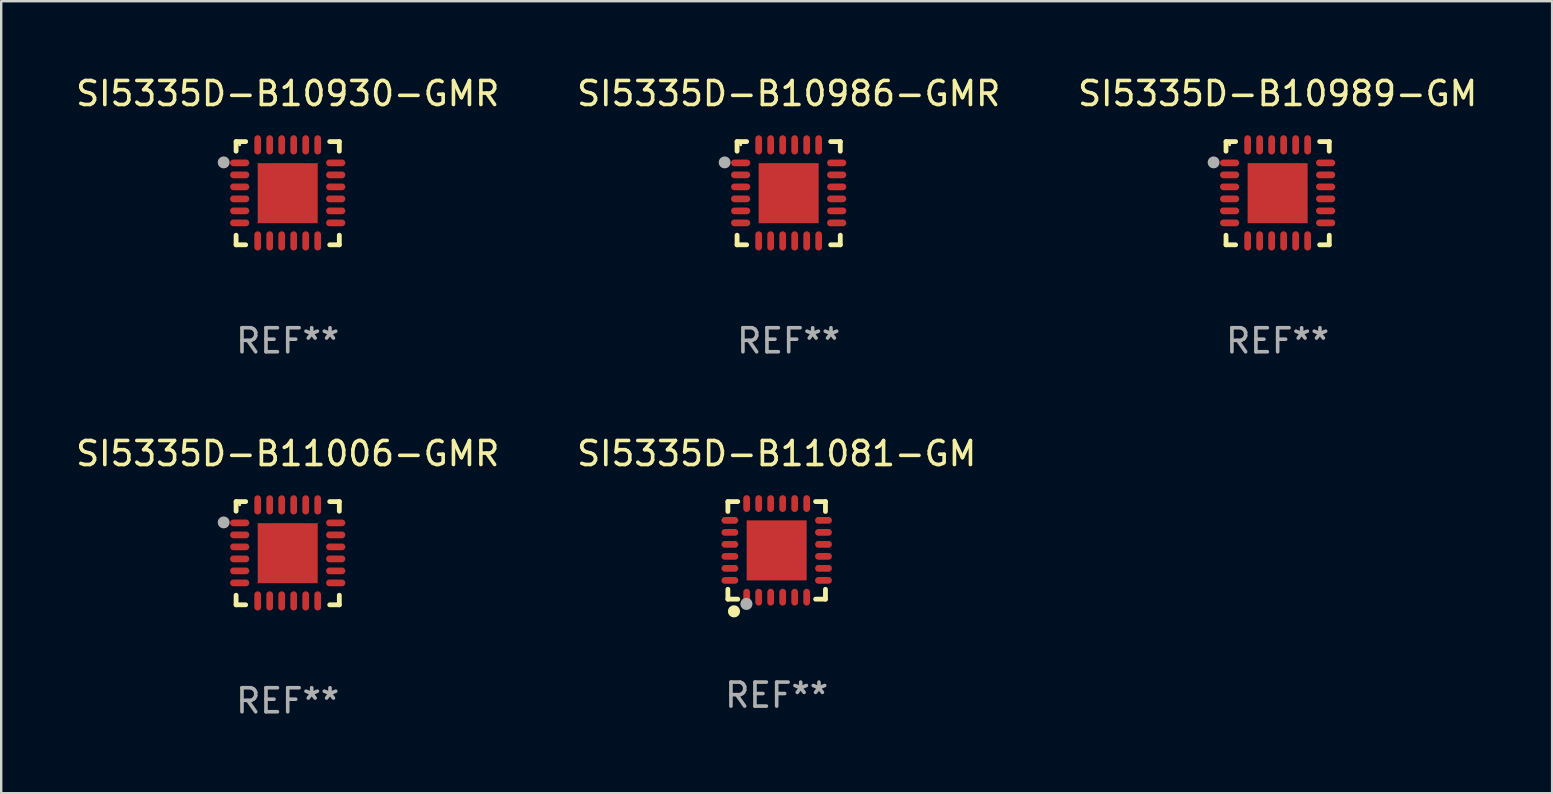
<source format=kicad_pcb>
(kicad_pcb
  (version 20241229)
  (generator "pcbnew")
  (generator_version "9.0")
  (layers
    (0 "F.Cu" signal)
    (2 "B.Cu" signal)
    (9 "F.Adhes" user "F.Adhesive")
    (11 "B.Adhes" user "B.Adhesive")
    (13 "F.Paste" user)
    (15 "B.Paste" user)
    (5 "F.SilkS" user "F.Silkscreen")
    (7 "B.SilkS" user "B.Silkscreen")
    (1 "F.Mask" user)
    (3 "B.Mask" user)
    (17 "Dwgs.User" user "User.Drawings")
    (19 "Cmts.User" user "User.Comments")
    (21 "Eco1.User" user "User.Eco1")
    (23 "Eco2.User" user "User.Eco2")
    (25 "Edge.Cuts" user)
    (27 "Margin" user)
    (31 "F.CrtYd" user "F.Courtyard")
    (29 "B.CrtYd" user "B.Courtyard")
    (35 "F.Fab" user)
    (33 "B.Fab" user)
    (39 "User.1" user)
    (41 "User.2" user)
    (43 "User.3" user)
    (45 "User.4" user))
  (footprint "SI5335D-B11006-GMR"
    (layer "F.Cu")
    (at 8.935 19.995)
    (property "Reference" "SI5335D-B11006-GMR" (at 0 -4.15 0) (layer "F.SilkS") (effects (font (size 1 1) (thickness 0.15))))
    (attr through_hole)
    (fp_line (start -2.15 -2.15) (end -1.75 -2.15) (stroke (width 0.2) (type solid)) (layer "F.SilkS"))
    (fp_line (start -2.15 -1.75) (end -2.15 -2.15) (stroke (width 0.2) (type solid)) (layer "F.SilkS"))
    (fp_line (start -2.15 2.15) (end -2.15 1.75) (stroke (width 0.2) (type solid)) (layer "F.SilkS"))
    (fp_line (start -1.75 2.15) (end -2.15 2.15) (stroke (width 0.2) (type solid)) (layer "F.SilkS"))
    (fp_line (start 1.75 -2.15) (end 2.15 -2.15) (stroke (width 0.2) (type solid)) (layer "F.SilkS"))
    (fp_line (start 1.75 2.15) (end 2.15 2.15) (stroke (width 0.2) (type solid)) (layer "F.SilkS"))
    (fp_line (start 2.15 -2.15) (end 2.15 -1.75) (stroke (width 0.2) (type solid)) (layer "F.SilkS"))
    (fp_line (start 2.15 2.15) (end 2.15 1.75) (stroke (width 0.2) (type solid)) (layer "F.SilkS"))
    (fp_circle (center -2 -2.013) (end -1.97 -2.013) (stroke (width 0.06) (type solid)) (fill no) (layer "F.SilkS"))
    (fp_circle (center -2.667 -1.283) (end -2.542 -1.283) (stroke (width 0.25) (type solid)) (fill no) (layer "F.Fab"))
    (fp_text user "REF**" (at 0 6.15 0) (layer "F.Fab") (effects (font (size 1 1) (thickness 0.15))))
    (pad "1" smd oval (at -2 -1.263) (size 0.8 0.28) (layers "F.Cu" "F.Mask" "F.Paste"))
    (pad "2" smd oval (at -2 -0.763) (size 0.8 0.28) (layers "F.Cu" "F.Mask" "F.Paste"))
    (pad "3" smd oval (at -2 -0.263) (size 0.8 0.28) (layers "F.Cu" "F.Mask" "F.Paste"))
    (pad "4" smd oval (at -2 0.237) (size 0.8 0.28) (layers "F.Cu" "F.Mask" "F.Paste"))
    (pad "5" smd oval (at -2 0.737) (size 0.8 0.28) (layers "F.Cu" "F.Mask" "F.Paste"))
    (pad "6" smd oval (at -2 1.237) (size 0.8 0.28) (layers "F.Cu" "F.Mask" "F.Paste"))
    (pad "7" smd oval (at -1.25 1.987) (size 0.28 0.8) (layers "F.Cu" "F.Mask" "F.Paste"))
    (pad "8" smd oval (at -0.75 1.987) (size 0.28 0.8) (layers "F.Cu" "F.Mask" "F.Paste"))
    (pad "9" smd oval (at -0.25 1.987) (size 0.28 0.8) (layers "F.Cu" "F.Mask" "F.Paste"))
    (pad "10" smd oval (at 0.25 1.987) (size 0.28 0.8) (layers "F.Cu" "F.Mask" "F.Paste"))
    (pad "11" smd oval (at 0.75 1.987) (size 0.28 0.8) (layers "F.Cu" "F.Mask" "F.Paste"))
    (pad "12" smd oval (at 1.25 1.987) (size 0.28 0.8) (layers "F.Cu" "F.Mask" "F.Paste"))
    (pad "13" smd oval (at 2 1.237) (size 0.8 0.28) (layers "F.Cu" "F.Mask" "F.Paste"))
    (pad "14" smd oval (at 2 0.737) (size 0.8 0.28) (layers "F.Cu" "F.Mask" "F.Paste"))
    (pad "15" smd oval (at 2 0.237) (size 0.8 0.28) (layers "F.Cu" "F.Mask" "F.Paste"))
    (pad "16" smd oval (at 2 -0.263) (size 0.8 0.28) (layers "F.Cu" "F.Mask" "F.Paste"))
    (pad "17" smd oval (at 2 -0.763) (size 0.8 0.28) (layers "F.Cu" "F.Mask" "F.Paste"))
    (pad "18" smd oval (at 2 -1.263) (size 0.8 0.28) (layers "F.Cu" "F.Mask" "F.Paste"))
    (pad "19" smd oval (at 1.25 -2.013) (size 0.28 0.8) (layers "F.Cu" "F.Mask" "F.Paste"))
    (pad "20" smd oval (at 0.75 -2.013) (size 0.28 0.8) (layers "F.Cu" "F.Mask" "F.Paste"))
    (pad "21" smd oval (at 0.25 -2.013) (size 0.28 0.8) (layers "F.Cu" "F.Mask" "F.Paste"))
    (pad "22" smd oval (at -0.25 -2.013) (size 0.28 0.8) (layers "F.Cu" "F.Mask" "F.Paste"))
    (pad "23" smd oval (at -0.75 -2.013) (size 0.28 0.8) (layers "F.Cu" "F.Mask" "F.Paste"))
    (pad "24" smd oval (at -1.25 -2.013) (size 0.28 0.8) (layers "F.Cu" "F.Mask" "F.Paste"))
    (pad "25" smd rect (at -0.000127 -0.00014) (size 2.5 2.5) (layers "F.Cu" "F.Mask" "F.Paste")))
  (footprint "SI5335D-B10930-GMR"
    (layer "F.Cu")
    (at 8.935 4.998)
    (property "Reference" "SI5335D-B10930-GMR" (at 0 -4.15 0) (layer "F.SilkS") (effects (font (size 1 1) (thickness 0.15))))
    (attr through_hole)
    (fp_line (start -2.15 -2.15) (end -1.75 -2.15) (stroke (width 0.2) (type solid)) (layer "F.SilkS"))
    (fp_line (start -2.15 -1.75) (end -2.15 -2.15) (stroke (width 0.2) (type solid)) (layer "F.SilkS"))
    (fp_line (start -2.15 2.15) (end -2.15 1.75) (stroke (width 0.2) (type solid)) (layer "F.SilkS"))
    (fp_line (start -1.75 2.15) (end -2.15 2.15) (stroke (width 0.2) (type solid)) (layer "F.SilkS"))
    (fp_line (start 1.75 -2.15) (end 2.15 -2.15) (stroke (width 0.2) (type solid)) (layer "F.SilkS"))
    (fp_line (start 1.75 2.15) (end 2.15 2.15) (stroke (width 0.2) (type solid)) (layer "F.SilkS"))
    (fp_line (start 2.15 -2.15) (end 2.15 -1.75) (stroke (width 0.2) (type solid)) (layer "F.SilkS"))
    (fp_line (start 2.15 2.15) (end 2.15 1.75) (stroke (width 0.2) (type solid)) (layer "F.SilkS"))
    (fp_circle (center -2 -2.013) (end -1.97 -2.013) (stroke (width 0.06) (type solid)) (fill no) (layer "F.SilkS"))
    (fp_circle (center -2.667 -1.283) (end -2.542 -1.283) (stroke (width 0.25) (type solid)) (fill no) (layer "F.Fab"))
    (fp_text user "REF**" (at 0 6.15 0) (layer "F.Fab") (effects (font (size 1 1) (thickness 0.15))))
    (pad "1" smd oval (at -2 -1.263) (size 0.8 0.28) (layers "F.Cu" "F.Mask" "F.Paste"))
    (pad "2" smd oval (at -2 -0.763) (size 0.8 0.28) (layers "F.Cu" "F.Mask" "F.Paste"))
    (pad "3" smd oval (at -2 -0.263) (size 0.8 0.28) (layers "F.Cu" "F.Mask" "F.Paste"))
    (pad "4" smd oval (at -2 0.237) (size 0.8 0.28) (layers "F.Cu" "F.Mask" "F.Paste"))
    (pad "5" smd oval (at -2 0.737) (size 0.8 0.28) (layers "F.Cu" "F.Mask" "F.Paste"))
    (pad "6" smd oval (at -2 1.237) (size 0.8 0.28) (layers "F.Cu" "F.Mask" "F.Paste"))
    (pad "7" smd oval (at -1.25 1.987) (size 0.28 0.8) (layers "F.Cu" "F.Mask" "F.Paste"))
    (pad "8" smd oval (at -0.75 1.987) (size 0.28 0.8) (layers "F.Cu" "F.Mask" "F.Paste"))
    (pad "9" smd oval (at -0.25 1.987) (size 0.28 0.8) (layers "F.Cu" "F.Mask" "F.Paste"))
    (pad "10" smd oval (at 0.25 1.987) (size 0.28 0.8) (layers "F.Cu" "F.Mask" "F.Paste"))
    (pad "11" smd oval (at 0.75 1.987) (size 0.28 0.8) (layers "F.Cu" "F.Mask" "F.Paste"))
    (pad "12" smd oval (at 1.25 1.987) (size 0.28 0.8) (layers "F.Cu" "F.Mask" "F.Paste"))
    (pad "13" smd oval (at 2 1.237) (size 0.8 0.28) (layers "F.Cu" "F.Mask" "F.Paste"))
    (pad "14" smd oval (at 2 0.737) (size 0.8 0.28) (layers "F.Cu" "F.Mask" "F.Paste"))
    (pad "15" smd oval (at 2 0.237) (size 0.8 0.28) (layers "F.Cu" "F.Mask" "F.Paste"))
    (pad "16" smd oval (at 2 -0.263) (size 0.8 0.28) (layers "F.Cu" "F.Mask" "F.Paste"))
    (pad "17" smd oval (at 2 -0.763) (size 0.8 0.28) (layers "F.Cu" "F.Mask" "F.Paste"))
    (pad "18" smd oval (at 2 -1.263) (size 0.8 0.28) (layers "F.Cu" "F.Mask" "F.Paste"))
    (pad "19" smd oval (at 1.25 -2.013) (size 0.28 0.8) (layers "F.Cu" "F.Mask" "F.Paste"))
    (pad "20" smd oval (at 0.75 -2.013) (size 0.28 0.8) (layers "F.Cu" "F.Mask" "F.Paste"))
    (pad "21" smd oval (at 0.25 -2.013) (size 0.28 0.8) (layers "F.Cu" "F.Mask" "F.Paste"))
    (pad "22" smd oval (at -0.25 -2.013) (size 0.28 0.8) (layers "F.Cu" "F.Mask" "F.Paste"))
    (pad "23" smd oval (at -0.75 -2.013) (size 0.28 0.8) (layers "F.Cu" "F.Mask" "F.Paste"))
    (pad "24" smd oval (at -1.25 -2.013) (size 0.28 0.8) (layers "F.Cu" "F.Mask" "F.Paste"))
    (pad "25" smd rect (at -0.000127 -0.00014) (size 2.5 2.5) (layers "F.Cu" "F.Mask" "F.Paste")))
  (footprint "SI5335D-B11081-GM"
    (layer "F.Cu")
    (at 29.304 19.877)
    (property "Reference" "SI5335D-B11081-GM" (at 0 -4.032 0) (layer "F.SilkS") (effects (font (size 1 1) (thickness 0.15))))
    (attr through_hole)
    (fp_line (start -2.032 -2.032) (end -1.621 -2.032) (stroke (width 0.2) (type solid)) (layer "F.SilkS"))
    (fp_line (start -2.032 -1.621) (end -2.032 -2.032) (stroke (width 0.2) (type solid)) (layer "F.SilkS"))
    (fp_line (start -2.032 2.032) (end -2.032 1.621) (stroke (width 0.2) (type solid)) (layer "F.SilkS"))
    (fp_line (start -1.621 2.032) (end -2.032 2.032) (stroke (width 0.2) (type solid)) (layer "F.SilkS"))
    (fp_line (start 1.621 -2.032) (end 2.032 -2.032) (stroke (width 0.2) (type solid)) (layer "F.SilkS"))
    (fp_line (start 2.032 -2.032) (end 2.032 -1.621) (stroke (width 0.2) (type solid)) (layer "F.SilkS"))
    (fp_line (start 2.032 1.621) (end 2.032 2.032) (stroke (width 0.2) (type solid)) (layer "F.SilkS"))
    (fp_line (start 2.032 2.032) (end 1.621 2.032) (stroke (width 0.2) (type solid)) (layer "F.SilkS"))
    (fp_circle (center -2 2) (end -1.97 2) (stroke (width 0.06) (type solid)) (fill no) (layer "F.SilkS"))
    (fp_circle (center -1.778 2.54) (end -1.651 2.54) (stroke (width 0.254) (type solid)) (fill no) (layer "F.SilkS"))
    (fp_circle (center -1.26 2.23) (end -1.133 2.23) (stroke (width 0.254) (type solid)) (fill no) (layer "F.Fab"))
    (fp_text user "REF**" (at 0 6.032 0) (layer "F.Fab") (effects (font (size 1 1) (thickness 0.15))))
    (pad "1" smd oval (at -1.25 1.95 180) (size 0.28 0.7) (layers "F.Cu" "F.Mask" "F.Paste"))
    (pad "2" smd oval (at -0.75 1.95 180) (size 0.28 0.7) (layers "F.Cu" "F.Mask" "F.Paste"))
    (pad "3" smd oval (at -0.25 1.95 180) (size 0.28 0.7) (layers "F.Cu" "F.Mask" "F.Paste"))
    (pad "4" smd oval (at 0.25 1.95 180) (size 0.28 0.7) (layers "F.Cu" "F.Mask" "F.Paste"))
    (pad "5" smd oval (at 0.75 1.95 180) (size 0.28 0.7) (layers "F.Cu" "F.Mask" "F.Paste"))
    (pad "6" smd oval (at 1.25 1.95 180) (size 0.28 0.7) (layers "F.Cu" "F.Mask" "F.Paste"))
    (pad "7" smd oval (at 1.95 1.25 270) (size 0.28 0.7) (layers "F.Cu" "F.Mask" "F.Paste"))
    (pad "8" smd oval (at 1.95 0.75 270) (size 0.28 0.7) (layers "F.Cu" "F.Mask" "F.Paste"))
    (pad "9" smd oval (at 1.95 0.25 270) (size 0.28 0.7) (layers "F.Cu" "F.Mask" "F.Paste"))
    (pad "10" smd oval (at 1.95 -0.25 270) (size 0.28 0.7) (layers "F.Cu" "F.Mask" "F.Paste"))
    (pad "11" smd oval (at 1.95 -0.75 270) (size 0.28 0.7) (layers "F.Cu" "F.Mask" "F.Paste"))
    (pad "12" smd oval (at 1.95 -1.25 270) (size 0.28 0.7) (layers "F.Cu" "F.Mask" "F.Paste"))
    (pad "13" smd oval (at 1.25 -1.95) (size 0.28 0.7) (layers "F.Cu" "F.Mask" "F.Paste"))
    (pad "14" smd oval (at 0.75 -1.95) (size 0.28 0.7) (layers "F.Cu" "F.Mask" "F.Paste"))
    (pad "15" smd oval (at 0.25 -1.95) (size 0.28 0.7) (layers "F.Cu" "F.Mask" "F.Paste"))
    (pad "16" smd oval (at -0.25 -1.95) (size 0.28 0.7) (layers "F.Cu" "F.Mask" "F.Paste"))
    (pad "17" smd oval (at -0.75 -1.95) (size 0.28 0.7) (layers "F.Cu" "F.Mask" "F.Paste"))
    (pad "18" smd oval (at -1.25 -1.95) (size 0.28 0.7) (layers "F.Cu" "F.Mask" "F.Paste"))
    (pad "19" smd oval (at -1.95 -1.25 90) (size 0.28 0.7) (layers "F.Cu" "F.Mask" "F.Paste"))
    (pad "20" smd oval (at -1.95 -0.75 90) (size 0.28 0.7) (layers "F.Cu" "F.Mask" "F.Paste"))
    (pad "21" smd oval (at -1.95 -0.25 90) (size 0.28 0.7) (layers "F.Cu" "F.Mask" "F.Paste"))
    (pad "22" smd oval (at -1.95 0.25 90) (size 0.28 0.7) (layers "F.Cu" "F.Mask" "F.Paste"))
    (pad "23" smd oval (at -1.95 0.75 90) (size 0.28 0.7) (layers "F.Cu" "F.Mask" "F.Paste"))
    (pad "24" smd oval (at -1.95 1.25 90) (size 0.28 0.7) (layers "F.Cu" "F.Mask" "F.Paste"))
    (pad "25" smd rect (at -0.000178 0.000025 90) (size 2.5 2.5) (layers "F.Cu" "F.Mask" "F.Paste")))
  (footprint "SI5335D-B10989-GM"
    (layer "F.Cu")
    (at 50.173 4.998)
    (property "Reference" "SI5335D-B10989-GM" (at 0 -4.15 0) (layer "F.SilkS") (effects (font (size 1 1) (thickness 0.15))))
    (attr through_hole)
    (fp_line (start -2.15 -2.15) (end -1.75 -2.15) (stroke (width 0.2) (type solid)) (layer "F.SilkS"))
    (fp_line (start -2.15 -1.75) (end -2.15 -2.15) (stroke (width 0.2) (type solid)) (layer "F.SilkS"))
    (fp_line (start -2.15 2.15) (end -2.15 1.75) (stroke (width 0.2) (type solid)) (layer "F.SilkS"))
    (fp_line (start -1.75 2.15) (end -2.15 2.15) (stroke (width 0.2) (type solid)) (layer "F.SilkS"))
    (fp_line (start 1.75 -2.15) (end 2.15 -2.15) (stroke (width 0.2) (type solid)) (layer "F.SilkS"))
    (fp_line (start 1.75 2.15) (end 2.15 2.15) (stroke (width 0.2) (type solid)) (layer "F.SilkS"))
    (fp_line (start 2.15 -2.15) (end 2.15 -1.75) (stroke (width 0.2) (type solid)) (layer "F.SilkS"))
    (fp_line (start 2.15 2.15) (end 2.15 1.75) (stroke (width 0.2) (type solid)) (layer "F.SilkS"))
    (fp_circle (center -2 -2.013) (end -1.97 -2.013) (stroke (width 0.06) (type solid)) (fill no) (layer "F.SilkS"))
    (fp_circle (center -2.667 -1.283) (end -2.542 -1.283) (stroke (width 0.25) (type solid)) (fill no) (layer "F.Fab"))
    (fp_text user "REF**" (at 0 6.15 0) (layer "F.Fab") (effects (font (size 1 1) (thickness 0.15))))
    (pad "1" smd oval (at -2 -1.263) (size 0.8 0.28) (layers "F.Cu" "F.Mask" "F.Paste"))
    (pad "2" smd oval (at -2 -0.763) (size 0.8 0.28) (layers "F.Cu" "F.Mask" "F.Paste"))
    (pad "3" smd oval (at -2 -0.263) (size 0.8 0.28) (layers "F.Cu" "F.Mask" "F.Paste"))
    (pad "4" smd oval (at -2 0.237) (size 0.8 0.28) (layers "F.Cu" "F.Mask" "F.Paste"))
    (pad "5" smd oval (at -2 0.737) (size 0.8 0.28) (layers "F.Cu" "F.Mask" "F.Paste"))
    (pad "6" smd oval (at -2 1.237) (size 0.8 0.28) (layers "F.Cu" "F.Mask" "F.Paste"))
    (pad "7" smd oval (at -1.25 1.987) (size 0.28 0.8) (layers "F.Cu" "F.Mask" "F.Paste"))
    (pad "8" smd oval (at -0.75 1.987) (size 0.28 0.8) (layers "F.Cu" "F.Mask" "F.Paste"))
    (pad "9" smd oval (at -0.25 1.987) (size 0.28 0.8) (layers "F.Cu" "F.Mask" "F.Paste"))
    (pad "10" smd oval (at 0.25 1.987) (size 0.28 0.8) (layers "F.Cu" "F.Mask" "F.Paste"))
    (pad "11" smd oval (at 0.75 1.987) (size 0.28 0.8) (layers "F.Cu" "F.Mask" "F.Paste"))
    (pad "12" smd oval (at 1.25 1.987) (size 0.28 0.8) (layers "F.Cu" "F.Mask" "F.Paste"))
    (pad "13" smd oval (at 2 1.237) (size 0.8 0.28) (layers "F.Cu" "F.Mask" "F.Paste"))
    (pad "14" smd oval (at 2 0.737) (size 0.8 0.28) (layers "F.Cu" "F.Mask" "F.Paste"))
    (pad "15" smd oval (at 2 0.237) (size 0.8 0.28) (layers "F.Cu" "F.Mask" "F.Paste"))
    (pad "16" smd oval (at 2 -0.263) (size 0.8 0.28) (layers "F.Cu" "F.Mask" "F.Paste"))
    (pad "17" smd oval (at 2 -0.763) (size 0.8 0.28) (layers "F.Cu" "F.Mask" "F.Paste"))
    (pad "18" smd oval (at 2 -1.263) (size 0.8 0.28) (layers "F.Cu" "F.Mask" "F.Paste"))
    (pad "19" smd oval (at 1.25 -2.013) (size 0.28 0.8) (layers "F.Cu" "F.Mask" "F.Paste"))
    (pad "20" smd oval (at 0.75 -2.013) (size 0.28 0.8) (layers "F.Cu" "F.Mask" "F.Paste"))
    (pad "21" smd oval (at 0.25 -2.013) (size 0.28 0.8) (layers "F.Cu" "F.Mask" "F.Paste"))
    (pad "22" smd oval (at -0.25 -2.013) (size 0.28 0.8) (layers "F.Cu" "F.Mask" "F.Paste"))
    (pad "23" smd oval (at -0.75 -2.013) (size 0.28 0.8) (layers "F.Cu" "F.Mask" "F.Paste"))
    (pad "24" smd oval (at -1.25 -2.013) (size 0.28 0.8) (layers "F.Cu" "F.Mask" "F.Paste"))
    (pad "25" smd rect (at -0.000127 -0.00014) (size 2.5 2.5) (layers "F.Cu" "F.Mask" "F.Paste")))
  (footprint "SI5335D-B10986-GMR"
    (layer "F.Cu")
    (at 29.804 4.998)
    (property "Reference" "SI5335D-B10986-GMR" (at 0 -4.15 0) (layer "F.SilkS") (effects (font (size 1 1) (thickness 0.15))))
    (attr through_hole)
    (fp_line (start -2.15 -2.15) (end -1.75 -2.15) (stroke (width 0.2) (type solid)) (layer "F.SilkS"))
    (fp_line (start -2.15 -1.75) (end -2.15 -2.15) (stroke (width 0.2) (type solid)) (layer "F.SilkS"))
    (fp_line (start -2.15 2.15) (end -2.15 1.75) (stroke (width 0.2) (type solid)) (layer "F.SilkS"))
    (fp_line (start -1.75 2.15) (end -2.15 2.15) (stroke (width 0.2) (type solid)) (layer "F.SilkS"))
    (fp_line (start 1.75 -2.15) (end 2.15 -2.15) (stroke (width 0.2) (type solid)) (layer "F.SilkS"))
    (fp_line (start 1.75 2.15) (end 2.15 2.15) (stroke (width 0.2) (type solid)) (layer "F.SilkS"))
    (fp_line (start 2.15 -2.15) (end 2.15 -1.75) (stroke (width 0.2) (type solid)) (layer "F.SilkS"))
    (fp_line (start 2.15 2.15) (end 2.15 1.75) (stroke (width 0.2) (type solid)) (layer "F.SilkS"))
    (fp_circle (center -2 -2.013) (end -1.97 -2.013) (stroke (width 0.06) (type solid)) (fill no) (layer "F.SilkS"))
    (fp_circle (center -2.667 -1.283) (end -2.542 -1.283) (stroke (width 0.25) (type solid)) (fill no) (layer "F.Fab"))
    (fp_text user "REF**" (at 0 6.15 0) (layer "F.Fab") (effects (font (size 1 1) (thickness 0.15))))
    (pad "1" smd oval (at -2 -1.263) (size 0.8 0.28) (layers "F.Cu" "F.Mask" "F.Paste"))
    (pad "2" smd oval (at -2 -0.763) (size 0.8 0.28) (layers "F.Cu" "F.Mask" "F.Paste"))
    (pad "3" smd oval (at -2 -0.263) (size 0.8 0.28) (layers "F.Cu" "F.Mask" "F.Paste"))
    (pad "4" smd oval (at -2 0.237) (size 0.8 0.28) (layers "F.Cu" "F.Mask" "F.Paste"))
    (pad "5" smd oval (at -2 0.737) (size 0.8 0.28) (layers "F.Cu" "F.Mask" "F.Paste"))
    (pad "6" smd oval (at -2 1.237) (size 0.8 0.28) (layers "F.Cu" "F.Mask" "F.Paste"))
    (pad "7" smd oval (at -1.25 1.987) (size 0.28 0.8) (layers "F.Cu" "F.Mask" "F.Paste"))
    (pad "8" smd oval (at -0.75 1.987) (size 0.28 0.8) (layers "F.Cu" "F.Mask" "F.Paste"))
    (pad "9" smd oval (at -0.25 1.987) (size 0.28 0.8) (layers "F.Cu" "F.Mask" "F.Paste"))
    (pad "10" smd oval (at 0.25 1.987) (size 0.28 0.8) (layers "F.Cu" "F.Mask" "F.Paste"))
    (pad "11" smd oval (at 0.75 1.987) (size 0.28 0.8) (layers "F.Cu" "F.Mask" "F.Paste"))
    (pad "12" smd oval (at 1.25 1.987) (size 0.28 0.8) (layers "F.Cu" "F.Mask" "F.Paste"))
    (pad "13" smd oval (at 2 1.237) (size 0.8 0.28) (layers "F.Cu" "F.Mask" "F.Paste"))
    (pad "14" smd oval (at 2 0.737) (size 0.8 0.28) (layers "F.Cu" "F.Mask" "F.Paste"))
    (pad "15" smd oval (at 2 0.237) (size 0.8 0.28) (layers "F.Cu" "F.Mask" "F.Paste"))
    (pad "16" smd oval (at 2 -0.263) (size 0.8 0.28) (layers "F.Cu" "F.Mask" "F.Paste"))
    (pad "17" smd oval (at 2 -0.763) (size 0.8 0.28) (layers "F.Cu" "F.Mask" "F.Paste"))
    (pad "18" smd oval (at 2 -1.263) (size 0.8 0.28) (layers "F.Cu" "F.Mask" "F.Paste"))
    (pad "19" smd oval (at 1.25 -2.013) (size 0.28 0.8) (layers "F.Cu" "F.Mask" "F.Paste"))
    (pad "20" smd oval (at 0.75 -2.013) (size 0.28 0.8) (layers "F.Cu" "F.Mask" "F.Paste"))
    (pad "21" smd oval (at 0.25 -2.013) (size 0.28 0.8) (layers "F.Cu" "F.Mask" "F.Paste"))
    (pad "22" smd oval (at -0.25 -2.013) (size 0.28 0.8) (layers "F.Cu" "F.Mask" "F.Paste"))
    (pad "23" smd oval (at -0.75 -2.013) (size 0.28 0.8) (layers "F.Cu" "F.Mask" "F.Paste"))
    (pad "24" smd oval (at -1.25 -2.013) (size 0.28 0.8) (layers "F.Cu" "F.Mask" "F.Paste"))
    (pad "25" smd rect (at -0.000127 -0.00014) (size 2.5 2.5) (layers "F.Cu" "F.Mask" "F.Paste")))
  (gr_rect
    (start -3 -3)
    (end 61.607 29.993)
    (stroke (width 0.1) (type default))
    (fill no)
    (layer "Edge.Cuts")))
</source>
